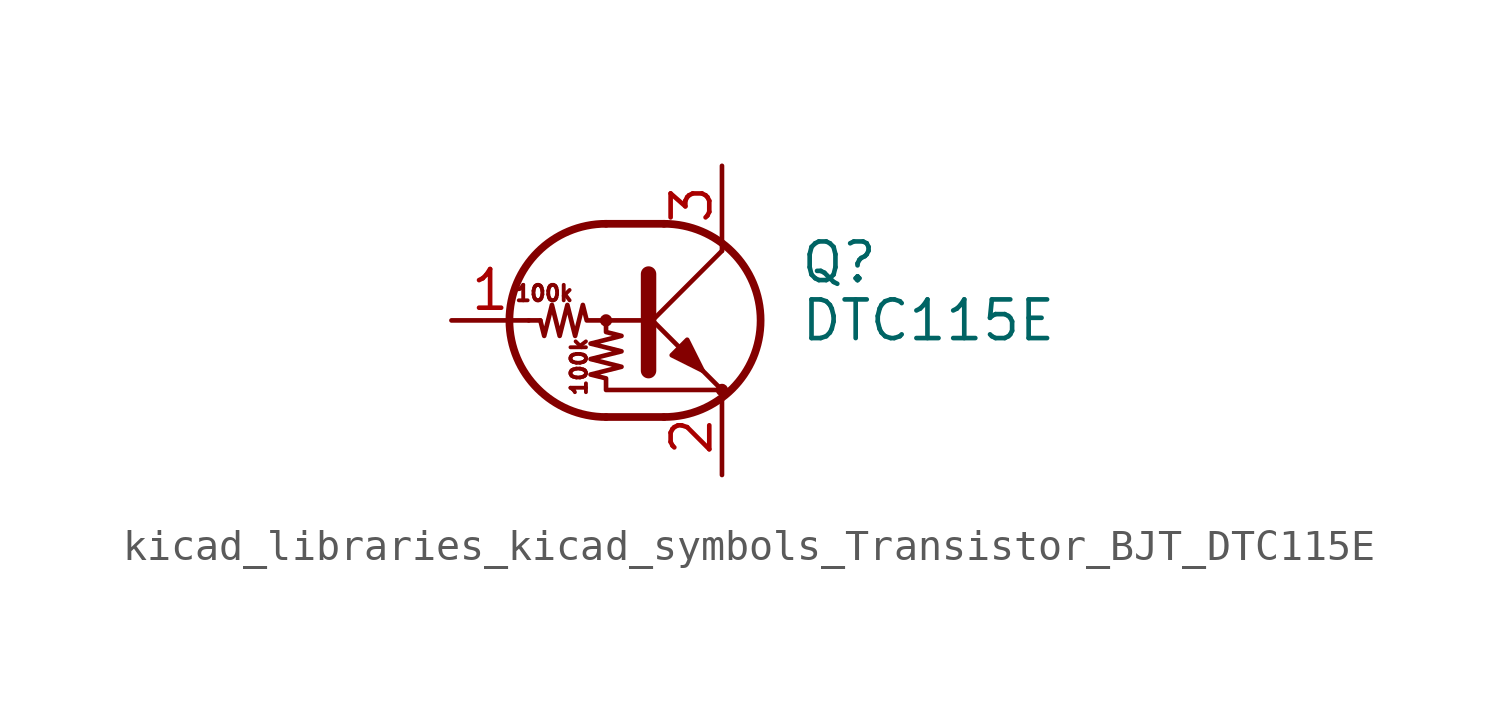
<source format=kicad_sym>
(kicad_symbol_lib
  (version 20220914)
  (generator kicad_symbol_editor)
  (symbol "kicad_libraries_kicad_symbols_Transistor_BJT_DTC115E"
    (pin_names
      (offset 0) hide)
    (property "Reference" "Q"
      (at 5.08 1.905 0)
      (effects (font (size 1.27 1.27)) (justify left)))
    (property "Value" "DTC115E"
      (at 5.08 0 0)
      (effects (font (size 1.27 1.27)) (justify left)))
    (symbol "kicad_libraries_kicad_symbols_Transistor_BJT_DTC115E_0_0"
      (text "100k" (at -3.302 0.889 0) (effects (font (size 0.508 0.508))))
      (text "100k" (at -2.159 -1.524 900) (effects (font (size 0.508 0.508)))))
    (symbol "kicad_libraries_kicad_symbols_Transistor_BJT_DTC115E_0_1"
      (circle (center -1.27 0) (radius 0.127) (stroke (width 0) (type default)) (fill (type none)))
      (arc (start -1.27 3.175) (mid -4.4312 0) (end -1.27 -3.175) (stroke (width 0.254) (type default)) (fill (type none)))
      (polyline (pts (xy -3.429 0) (xy -3.81 0)) (stroke (width 0) (type default)) (fill (type none)))
      (polyline (pts (xy -1.27 -3.175) (xy 0.635 -3.175)) (stroke (width 0.254) (type default)) (fill (type none)))
      (polyline (pts (xy -1.27 3.175) (xy 0.635 3.175)) (stroke (width 0.254) (type default)) (fill (type none)))
      (polyline (pts (xy 0 -0.254) (xy 2.54 2.286)) (stroke (width 0) (type default)) (fill (type none)))
      (polyline (pts (xy 0.127 1.524) (xy 0.127 -1.651)) (stroke (width 0.508) (type default)) (fill (type outline)))
      (polyline (pts (xy 2.54 2.286) (xy 2.54 2.54)) (stroke (width 0) (type default)) (fill (type none)))
      (polyline (pts (xy 2.54 -2.286) (xy 0 0.254) (xy 0 0.254)) (stroke (width 0) (type default)) (fill (type none)))
      (polyline (pts (xy 0.889 -1.143) (xy 1.397 -0.635) (xy 1.905 -1.651) (xy 0.889 -1.143)) (stroke (width 0) (type default)) (fill (type outline)))
      (polyline (pts (xy 0 0) (xy -1.905 0) (xy -2.032 0.508) (xy -2.286 -0.508) (xy -2.54 0.508) (xy -2.794 -0.508) (xy -3.048 0.508) (xy -3.302 -0.508) (xy -3.429 0)) (stroke (width 0) (type default)) (fill (type none)))
      (polyline (pts (xy -1.27 0) (xy -1.27 -0.381) (xy -0.762 -0.508) (xy -1.778 -0.762) (xy -0.762 -1.016) (xy -1.778 -1.27) (xy -0.762 -1.524) (xy -1.778 -1.778) (xy -1.27 -1.905) (xy -1.27 -2.286) (xy 2.54 -2.286)) (stroke (width 0) (type default)) (fill (type none)))
      (arc (start 0.635 -3.175) (mid 3.7962 0) (end 0.635 3.175) (stroke (width 0.254) (type default)) (fill (type none)))
      (circle (center 2.54 -2.286) (radius 0.127) (stroke (width 0) (type default)) (fill (type none))))
    (symbol "kicad_libraries_kicad_symbols_Transistor_BJT_DTC115E_1_1"
      (pin input line (at -6.35 0 0) (length 2.54) (name "B" (effects (font (size 1.27 1.27)))) (number "1" (effects (font (size 1.27 1.27)))))
      (pin passive line (at 2.54 -5.08 90) (length 2.54) (name "E" (effects (font (size 1.27 1.27)))) (number "2" (effects (font (size 1.27 1.27)))))
      (pin passive line (at 2.54 5.08 270) (length 2.54) (name "C" (effects (font (size 1.27 1.27)))) (number "3" (effects (font (size 1.27 1.27))))))))
</source>
